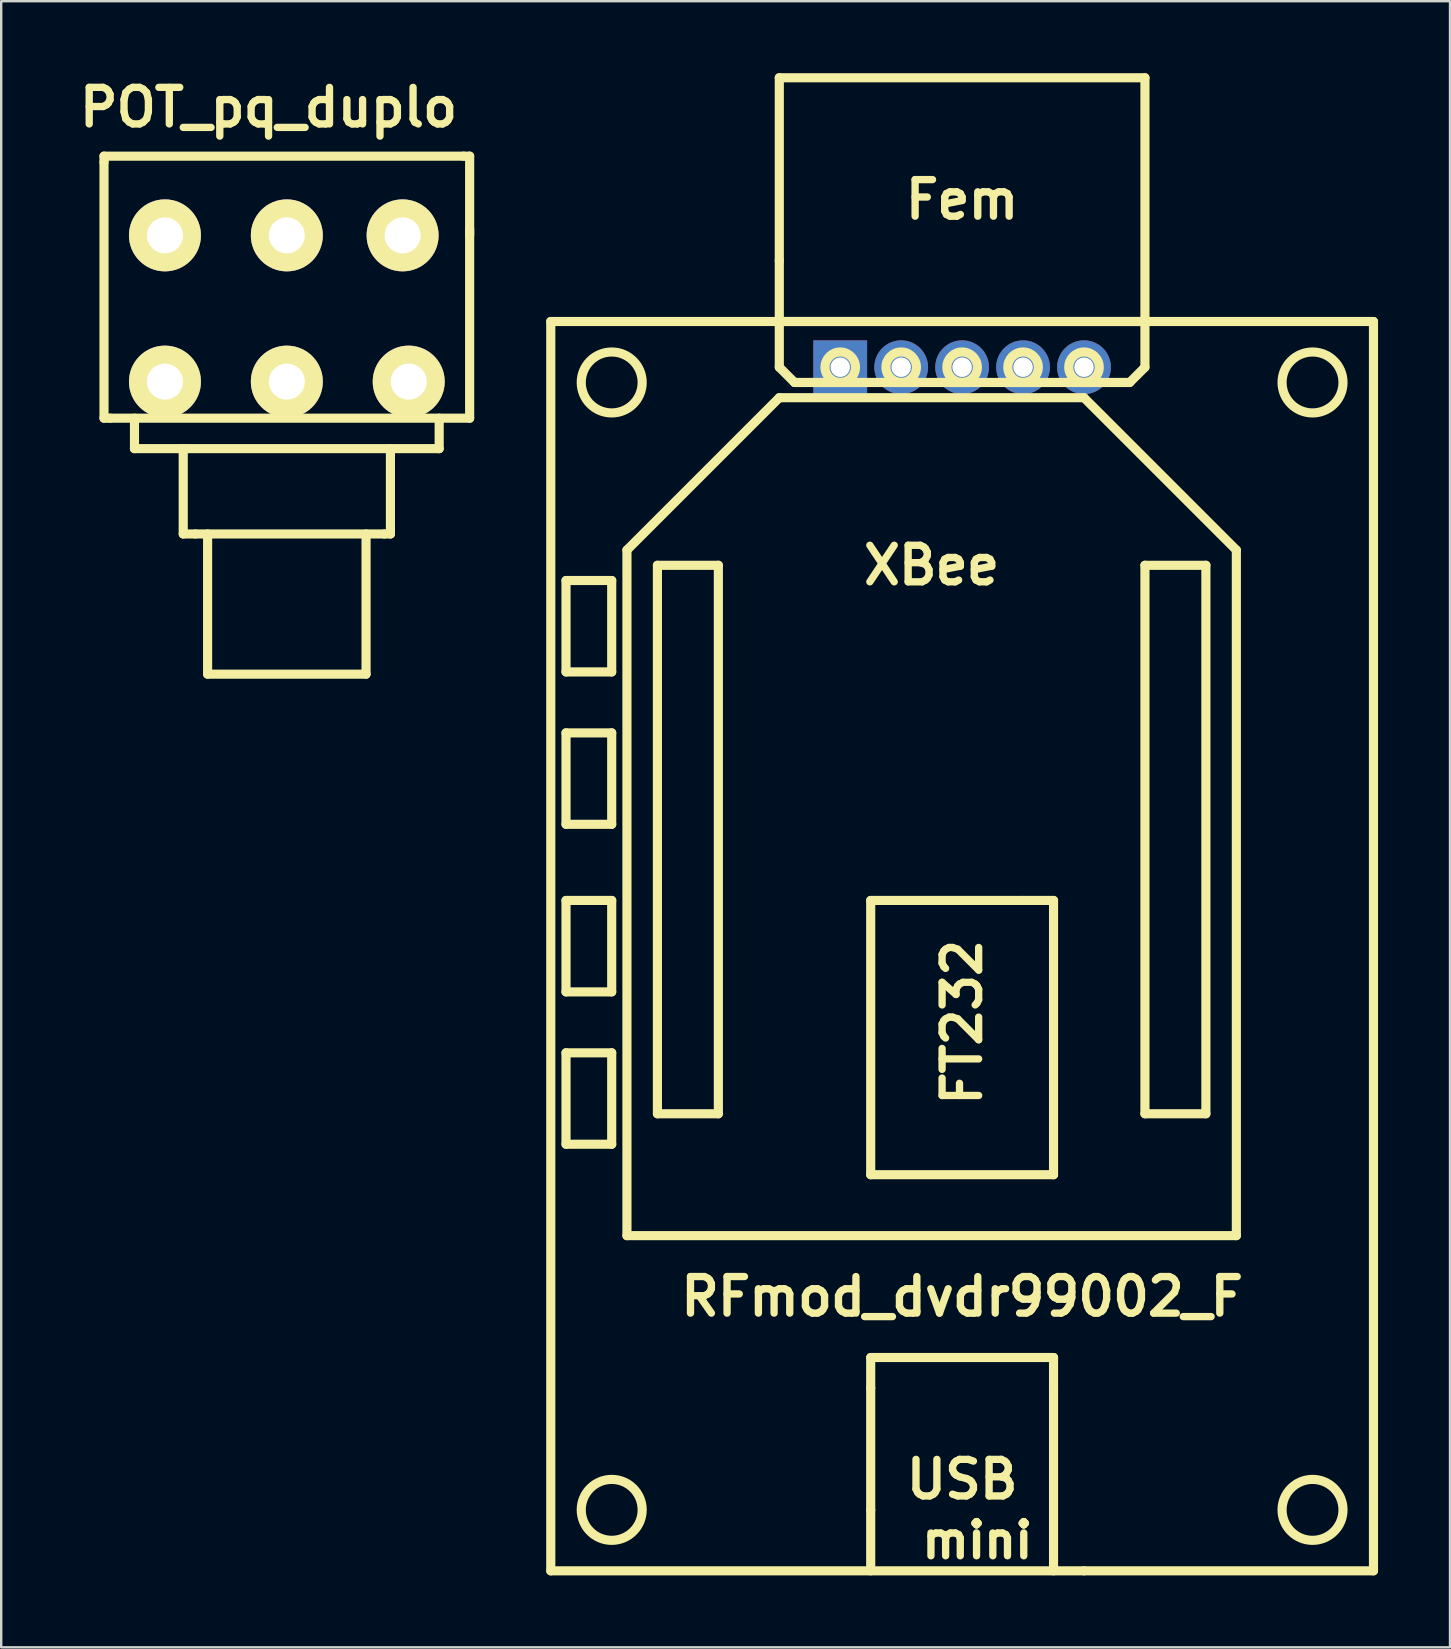
<source format=kicad_pcb>
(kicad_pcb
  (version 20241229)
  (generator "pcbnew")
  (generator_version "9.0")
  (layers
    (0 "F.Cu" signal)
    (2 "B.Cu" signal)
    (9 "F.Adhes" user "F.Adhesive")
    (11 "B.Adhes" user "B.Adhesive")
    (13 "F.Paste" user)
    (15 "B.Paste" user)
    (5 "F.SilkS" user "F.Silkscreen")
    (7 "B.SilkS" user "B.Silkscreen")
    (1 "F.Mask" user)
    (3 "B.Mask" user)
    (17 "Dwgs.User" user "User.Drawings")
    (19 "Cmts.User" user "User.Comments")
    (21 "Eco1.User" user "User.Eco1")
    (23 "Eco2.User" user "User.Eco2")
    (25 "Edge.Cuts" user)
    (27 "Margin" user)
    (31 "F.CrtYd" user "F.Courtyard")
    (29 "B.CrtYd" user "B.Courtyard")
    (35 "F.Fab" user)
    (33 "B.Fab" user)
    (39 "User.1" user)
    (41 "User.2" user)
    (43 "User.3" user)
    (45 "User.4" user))
  (footprint "RFmod_dvdr99002_F"
    (layer "F.Cu")
    (at 37.051 33.211)
    (property "Reference" "RFmod_dvdr99002_F" (at 0 17.78 0) (layer "F.SilkS") (effects (font (size 1.524 1.524) (thickness 0.305))))
    (attr through_hole)
    (fp_line (start -17.145 -22.86) (end -17.145 29.21) (stroke (width 0.381) (type solid)) (layer "F.SilkS"))
    (fp_line (start -17.145 29.21) (end 5.08 29.21) (stroke (width 0.381) (type solid)) (layer "F.SilkS"))
    (fp_line (start -16.51 -12.065) (end -14.605 -12.065) (stroke (width 0.381) (type solid)) (layer "F.SilkS"))
    (fp_line (start -16.51 -8.255) (end -16.51 -12.065) (stroke (width 0.381) (type solid)) (layer "F.SilkS"))
    (fp_line (start -16.51 -5.715) (end -14.605 -5.715) (stroke (width 0.381) (type solid)) (layer "F.SilkS"))
    (fp_line (start -16.51 -1.905) (end -16.51 -5.715) (stroke (width 0.381) (type solid)) (layer "F.SilkS"))
    (fp_line (start -16.51 1.27) (end -14.605 1.27) (stroke (width 0.381) (type solid)) (layer "F.SilkS"))
    (fp_line (start -16.51 5.08) (end -16.51 1.27) (stroke (width 0.381) (type solid)) (layer "F.SilkS"))
    (fp_line (start -16.51 7.62) (end -14.605 7.62) (stroke (width 0.381) (type solid)) (layer "F.SilkS"))
    (fp_line (start -16.51 11.43) (end -16.51 7.62) (stroke (width 0.381) (type solid)) (layer "F.SilkS"))
    (fp_line (start -14.605 -12.065) (end -14.605 -8.255) (stroke (width 0.381) (type solid)) (layer "F.SilkS"))
    (fp_line (start -14.605 -8.255) (end -16.51 -8.255) (stroke (width 0.381) (type solid)) (layer "F.SilkS"))
    (fp_line (start -14.605 -5.715) (end -14.605 -1.905) (stroke (width 0.381) (type solid)) (layer "F.SilkS"))
    (fp_line (start -14.605 -1.905) (end -16.51 -1.905) (stroke (width 0.381) (type solid)) (layer "F.SilkS"))
    (fp_line (start -14.605 1.27) (end -14.605 5.08) (stroke (width 0.381) (type solid)) (layer "F.SilkS"))
    (fp_line (start -14.605 5.08) (end -16.51 5.08) (stroke (width 0.381) (type solid)) (layer "F.SilkS"))
    (fp_line (start -14.605 7.62) (end -14.605 11.43) (stroke (width 0.381) (type solid)) (layer "F.SilkS"))
    (fp_line (start -14.605 11.43) (end -16.51 11.43) (stroke (width 0.381) (type solid)) (layer "F.SilkS"))
    (fp_line (start -13.97 -13.335) (end -13.97 15.24) (stroke (width 0.381) (type solid)) (layer "F.SilkS"))
    (fp_line (start -13.97 -13.335) (end -7.62 -19.685) (stroke (width 0.381) (type solid)) (layer "F.SilkS"))
    (fp_line (start -12.7 -12.7) (end -10.16 -12.7) (stroke (width 0.381) (type solid)) (layer "F.SilkS"))
    (fp_line (start -12.7 10.16) (end -12.7 -12.7) (stroke (width 0.381) (type solid)) (layer "F.SilkS"))
    (fp_line (start -10.16 -12.7) (end -10.16 10.16) (stroke (width 0.381) (type solid)) (layer "F.SilkS"))
    (fp_line (start -10.16 10.16) (end -12.7 10.16) (stroke (width 0.381) (type solid)) (layer "F.SilkS"))
    (fp_line (start -7.62 -33.02) (end 7.62 -33.02) (stroke (width 0.381) (type solid)) (layer "F.SilkS"))
    (fp_line (start -7.62 -25.4) (end -7.62 -33.02) (stroke (width 0.381) (type solid)) (layer "F.SilkS"))
    (fp_line (start -7.62 -22.86) (end -17.145 -22.86) (stroke (width 0.381) (type solid)) (layer "F.SilkS"))
    (fp_line (start -7.62 -22.86) (end -7.62 -25.4) (stroke (width 0.381) (type solid)) (layer "F.SilkS"))
    (fp_line (start -7.62 -22.86) (end -7.62 -20.955) (stroke (width 0.381) (type solid)) (layer "F.SilkS"))
    (fp_line (start -7.62 -22.86) (end 17.145 -22.86) (stroke (width 0.381) (type solid)) (layer "F.SilkS"))
    (fp_line (start -7.62 -20.955) (end -6.985 -20.32) (stroke (width 0.381) (type solid)) (layer "F.SilkS"))
    (fp_line (start -7.62 -19.685) (end 5.08 -19.685) (stroke (width 0.381) (type solid)) (layer "F.SilkS"))
    (fp_line (start -6.985 -20.32) (end 6.985 -20.32) (stroke (width 0.381) (type solid)) (layer "F.SilkS"))
    (fp_line (start -3.81 1.27) (end 2.54 1.27) (stroke (width 0.381) (type solid)) (layer "F.SilkS"))
    (fp_line (start -3.81 12.7) (end -3.81 1.27) (stroke (width 0.381) (type solid)) (layer "F.SilkS"))
    (fp_line (start -3.81 20.32) (end -3.81 21.59) (stroke (width 0.381) (type solid)) (layer "F.SilkS"))
    (fp_line (start -3.81 20.32) (end 3.81 20.32) (stroke (width 0.381) (type solid)) (layer "F.SilkS"))
    (fp_line (start -3.81 26.67) (end -3.81 21.59) (stroke (width 0.381) (type solid)) (layer "F.SilkS"))
    (fp_line (start -3.81 26.67) (end -3.81 29.21) (stroke (width 0.381) (type solid)) (layer "F.SilkS"))
    (fp_line (start 2.54 1.27) (end 3.81 1.27) (stroke (width 0.381) (type solid)) (layer "F.SilkS"))
    (fp_line (start 3.81 1.27) (end 3.81 12.7) (stroke (width 0.381) (type solid)) (layer "F.SilkS"))
    (fp_line (start 3.81 12.7) (end -3.81 12.7) (stroke (width 0.381) (type solid)) (layer "F.SilkS"))
    (fp_line (start 3.81 20.32) (end 3.81 21.59) (stroke (width 0.381) (type solid)) (layer "F.SilkS"))
    (fp_line (start 3.81 21.59) (end 3.81 29.21) (stroke (width 0.381) (type solid)) (layer "F.SilkS"))
    (fp_line (start 5.08 29.21) (end 17.145 29.21) (stroke (width 0.381) (type solid)) (layer "F.SilkS"))
    (fp_line (start 6.985 -20.32) (end 7.62 -20.955) (stroke (width 0.381) (type solid)) (layer "F.SilkS"))
    (fp_line (start 7.62 -33.02) (end 7.62 -22.86) (stroke (width 0.381) (type solid)) (layer "F.SilkS"))
    (fp_line (start 7.62 -22.86) (end -7.62 -22.86) (stroke (width 0.381) (type solid)) (layer "F.SilkS"))
    (fp_line (start 7.62 -20.955) (end 7.62 -22.86) (stroke (width 0.381) (type solid)) (layer "F.SilkS"))
    (fp_line (start 7.62 -12.7) (end 10.16 -12.7) (stroke (width 0.381) (type solid)) (layer "F.SilkS"))
    (fp_line (start 7.62 10.16) (end 7.62 -12.7) (stroke (width 0.381) (type solid)) (layer "F.SilkS"))
    (fp_line (start 10.16 -12.7) (end 10.16 10.16) (stroke (width 0.381) (type solid)) (layer "F.SilkS"))
    (fp_line (start 10.16 10.16) (end 7.62 10.16) (stroke (width 0.381) (type solid)) (layer "F.SilkS"))
    (fp_line (start 11.43 -13.335) (end 5.08 -19.685) (stroke (width 0.381) (type solid)) (layer "F.SilkS"))
    (fp_line (start 11.43 -13.335) (end 11.43 15.24) (stroke (width 0.381) (type solid)) (layer "F.SilkS"))
    (fp_line (start 11.43 15.24) (end -13.97 15.24) (stroke (width 0.381) (type solid)) (layer "F.SilkS"))
    (fp_line (start 17.145 29.21) (end 17.145 -22.86) (stroke (width 0.381) (type solid)) (layer "F.SilkS"))
    (fp_circle (center -14.605 -20.32) (end -14.605 -21.59) (stroke (width 0.381) (type solid)) (fill no) (layer "F.SilkS"))
    (fp_circle (center -14.605 26.67) (end -13.335 26.67) (stroke (width 0.381) (type solid)) (fill no) (layer "F.SilkS"))
    (fp_circle (center -5.08 -20.955) (end -5.08 -20.32) (stroke (width 0.381) (type solid)) (fill no) (layer "F.SilkS"))
    (fp_circle (center -2.54 -20.955) (end -1.905 -20.955) (stroke (width 0.381) (type solid)) (fill no) (layer "F.SilkS"))
    (fp_circle (center 0 -20.955) (end 0 -20.32) (stroke (width 0.381) (type solid)) (fill no) (layer "F.SilkS"))
    (fp_circle (center 2.54 -20.955) (end 2.54 -20.32) (stroke (width 0.381) (type solid)) (fill no) (layer "F.SilkS"))
    (fp_circle (center 5.08 -20.955) (end 5.08 -20.32) (stroke (width 0.381) (type solid)) (fill no) (layer "F.SilkS"))
    (fp_circle (center 14.605 -20.32) (end 14.605 -19.05) (stroke (width 0.381) (type solid)) (fill no) (layer "F.SilkS"))
    (fp_circle (center 14.605 26.67) (end 13.335 26.67) (stroke (width 0.381) (type solid)) (fill no) (layer "F.SilkS"))
    (fp_text user "Fem" (at 0 -27.94 0) (layer "F.SilkS") (effects (font (size 1.524 1.524) (thickness 0.305))))
    (fp_text user "FT232" (at 0 6.35 90) (layer "F.SilkS") (effects (font (size 1.524 1.524) (thickness 0.305))))
    (fp_text user "mini" (at 0.635 27.94 0) (layer "F.SilkS") (effects (font (size 1.425 1.425) (thickness 0.305))))
    (fp_text user "USB" (at 0 25.4 0) (layer "F.SilkS") (effects (font (size 1.524 1.524) (thickness 0.305))))
    (fp_text user "XBee" (at -1.27 -12.7 0) (layer "F.SilkS") (effects (font (size 1.524 1.524) (thickness 0.305))))
    (pad "F1" thru_hole rect (at -5.08 -20.955) (size 2.24 2.24) (drill 0.813) (layers "*.Cu"))
    (pad "F2" thru_hole circle (at -2.54 -20.955) (size 2.24 2.24) (drill 0.813) (layers "*.Cu"))
    (pad "F3" thru_hole circle (at 0 -20.955) (size 2.24 2.24) (drill 0.813) (layers "*.Cu"))
    (pad "F4" thru_hole circle (at 2.54 -20.955) (size 2.24 2.24) (drill 0.813) (layers "*.Cu"))
    (pad "F5" thru_hole circle (at 5.08 -20.955) (size 2.24 2.24) (drill 0.813) (layers "*.Cu")))
  (footprint "POT_pq_duplo"
    (layer "F.Cu")
    (at 8.905 11.078)
    (property "Reference" "POT_pq_duplo" (at -0.762 -9.652 0) (layer "F.SilkS") (effects (font (size 1.524 1.524) (thickness 0.305))))
    (attr through_hole)
    (fp_line (start -7.62 -7.366) (end -7.62 -7.62) (stroke (width 0.381) (type solid)) (layer "F.SilkS"))
    (fp_line (start -7.62 3.302) (end -7.62 -7.366) (stroke (width 0.381) (type solid)) (layer "F.SilkS"))
    (fp_line (start -7.366 3.302) (end -7.62 3.302) (stroke (width 0.381) (type solid)) (layer "F.SilkS"))
    (fp_line (start -6.35 3.302) (end -6.35 4.572) (stroke (width 0.381) (type solid)) (layer "F.SilkS"))
    (fp_line (start -6.35 4.572) (end 6.35 4.572) (stroke (width 0.381) (type solid)) (layer "F.SilkS"))
    (fp_line (start -4.318 8.128) (end -4.318 4.572) (stroke (width 0.381) (type solid)) (layer "F.SilkS"))
    (fp_line (start -3.81 8.128) (end -4.318 8.128) (stroke (width 0.381) (type solid)) (layer "F.SilkS"))
    (fp_line (start -3.81 8.128) (end 4.064 8.128) (stroke (width 0.381) (type solid)) (layer "F.SilkS"))
    (fp_line (start -3.302 8.128) (end -3.302 13.97) (stroke (width 0.381) (type solid)) (layer "F.SilkS"))
    (fp_line (start -3.302 13.97) (end 3.302 13.97) (stroke (width 0.381) (type solid)) (layer "F.SilkS"))
    (fp_line (start 3.302 13.97) (end 3.302 8.128) (stroke (width 0.381) (type solid)) (layer "F.SilkS"))
    (fp_line (start 4.064 8.128) (end 4.318 8.128) (stroke (width 0.381) (type solid)) (layer "F.SilkS"))
    (fp_line (start 4.318 8.128) (end 4.318 4.572) (stroke (width 0.381) (type solid)) (layer "F.SilkS"))
    (fp_line (start 6.35 4.572) (end 6.35 3.302) (stroke (width 0.381) (type solid)) (layer "F.SilkS"))
    (fp_line (start 7.366 -7.62) (end -7.62 -7.62) (stroke (width 0.381) (type solid)) (layer "F.SilkS"))
    (fp_line (start 7.366 -7.62) (end 7.62 -7.62) (stroke (width 0.381) (type solid)) (layer "F.SilkS"))
    (fp_line (start 7.62 -7.62) (end 7.62 -4.318) (stroke (width 0.381) (type solid)) (layer "F.SilkS"))
    (fp_line (start 7.62 3.302) (end -7.366 3.302) (stroke (width 0.381) (type solid)) (layer "F.SilkS"))
    (fp_line (start 7.62 3.302) (end 7.62 -4.572) (stroke (width 0.381) (type solid)) (layer "F.SilkS"))
    (pad "1" thru_hole circle (at -5.08 1.778) (size 3 3) (drill 1.501) (layers "*.Cu" "*.Mask" "F.SilkS"))
    (pad "2" thru_hole circle (at 0 1.778) (size 3 3) (drill 1.501) (layers "*.Cu" "*.Mask" "F.SilkS"))
    (pad "3" thru_hole circle (at 5.08 1.778) (size 3 3) (drill 1.501) (layers "*.Cu" "*.Mask" "F.SilkS"))
    (pad "4" thru_hole circle (at -5.08 -4.318) (size 3 3) (drill 1.501) (layers "*.Cu" "*.Mask" "F.SilkS"))
    (pad "5" thru_hole circle (at 0 -4.318) (size 3 3) (drill 1.501) (layers "*.Cu" "*.Mask" "F.SilkS"))
    (pad "6" thru_hole circle (at 4.826 -4.318) (size 3 3) (drill 1.501) (layers "*.Cu" "*.Mask" "F.SilkS")))
  (gr_rect
    (start -3 -3)
    (end 57.386 65.611)
    (stroke (width 0.1) (type default))
    (fill no)
    (layer "Edge.Cuts")))
</source>
